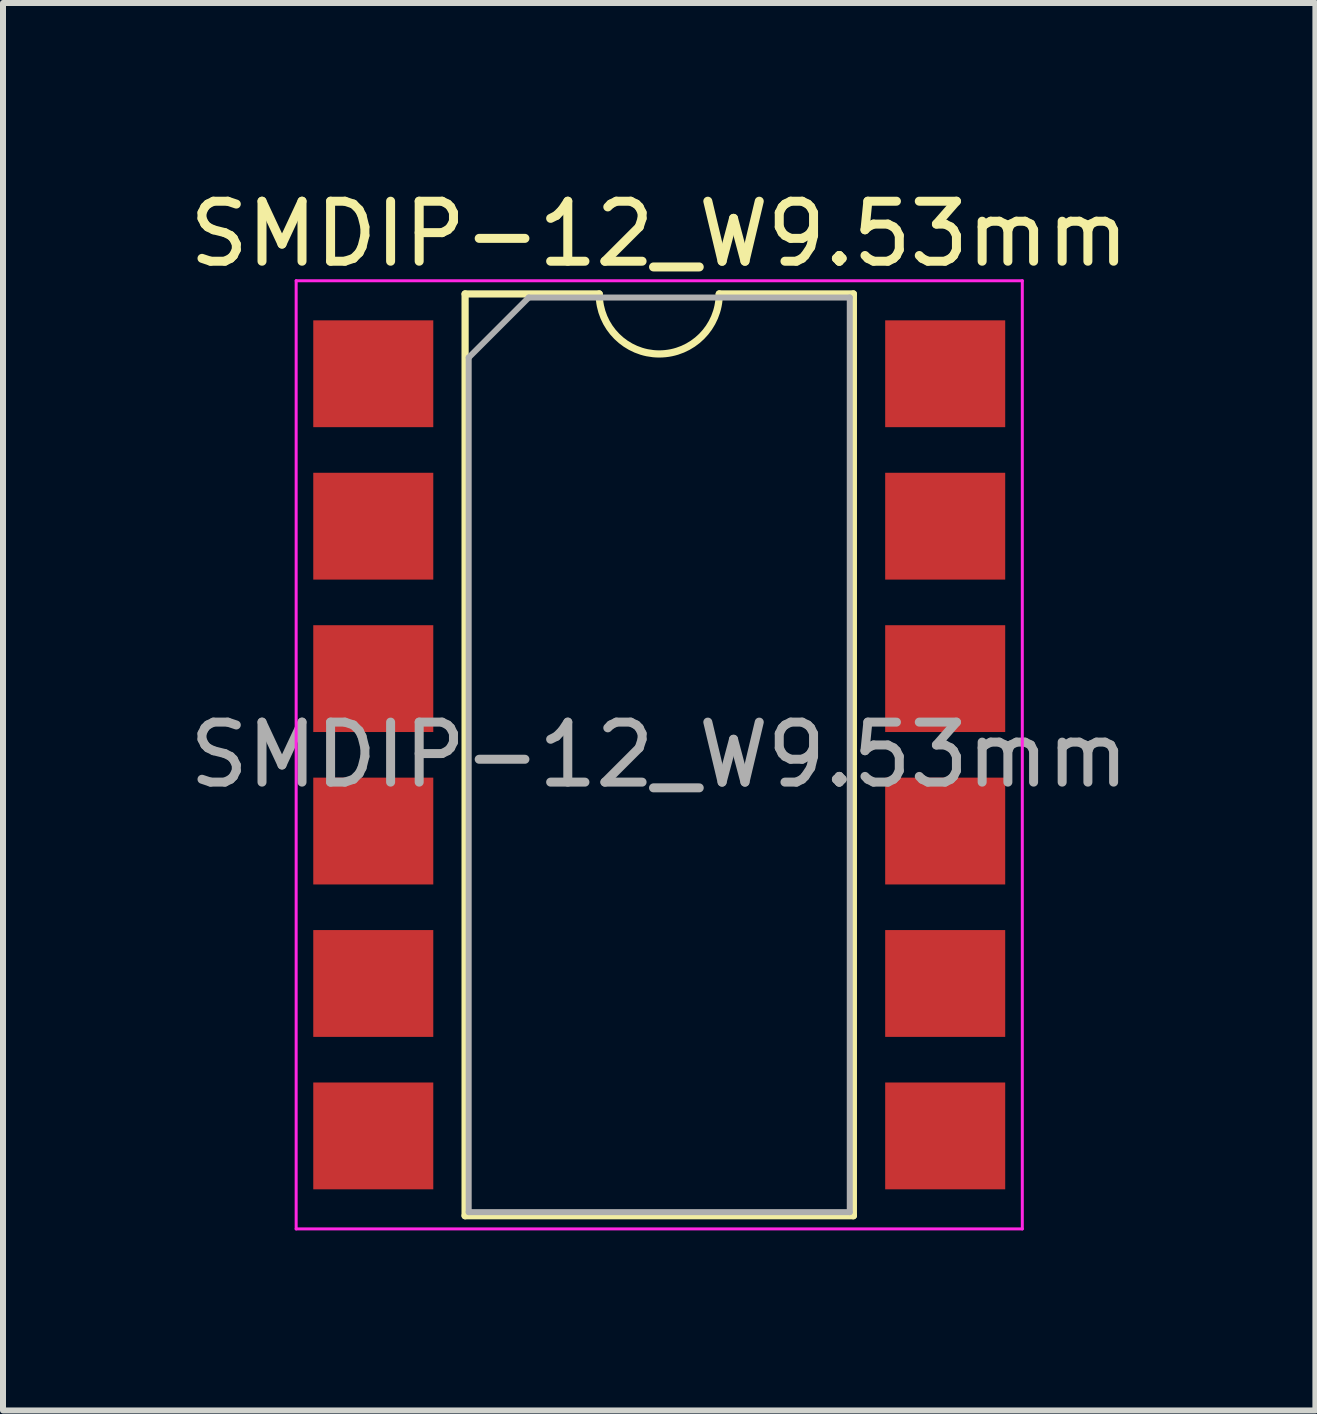
<source format=kicad_pcb>
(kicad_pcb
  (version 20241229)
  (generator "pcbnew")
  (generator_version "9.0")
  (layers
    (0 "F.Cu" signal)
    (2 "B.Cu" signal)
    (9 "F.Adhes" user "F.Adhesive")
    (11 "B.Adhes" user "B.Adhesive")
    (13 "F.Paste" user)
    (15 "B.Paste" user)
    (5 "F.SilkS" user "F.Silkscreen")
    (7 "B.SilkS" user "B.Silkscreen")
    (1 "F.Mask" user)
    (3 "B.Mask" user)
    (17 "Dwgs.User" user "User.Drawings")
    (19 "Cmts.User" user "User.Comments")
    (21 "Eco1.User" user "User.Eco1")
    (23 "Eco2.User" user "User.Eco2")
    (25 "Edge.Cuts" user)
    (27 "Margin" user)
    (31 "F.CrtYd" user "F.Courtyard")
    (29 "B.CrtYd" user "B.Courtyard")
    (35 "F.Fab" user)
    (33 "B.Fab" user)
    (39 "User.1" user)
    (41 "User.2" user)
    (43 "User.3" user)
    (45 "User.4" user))
  (footprint "SMDIP-12_W9.53mm"
    (layer "F.Cu")
    (at 7.935 9.528)
    (property "Reference" "SMDIP-12_W9.53mm" (at 0 -8.68 0) (layer "F.SilkS") (effects (font (size 1 1) (thickness 0.15))))
    (attr smd)
    (fp_line (start -3.235 -7.68) (end -3.235 7.68) (stroke (width 0.12) (type solid)) (layer "F.SilkS"))
    (fp_line (start -3.235 7.68) (end 3.235 7.68) (stroke (width 0.12) (type solid)) (layer "F.SilkS"))
    (fp_line (start -1 -7.68) (end -3.235 -7.68) (stroke (width 0.12) (type solid)) (layer "F.SilkS"))
    (fp_line (start 3.235 -7.68) (end 1 -7.68) (stroke (width 0.12) (type solid)) (layer "F.SilkS"))
    (fp_line (start 3.235 7.68) (end 3.235 -7.68) (stroke (width 0.12) (type solid)) (layer "F.SilkS"))
    (fp_arc (start 1 -7.68) (mid 0 -6.68) (end -1 -7.68) (stroke (width 0.12) (type solid)) (layer "F.SilkS"))
    (fp_line (start -6.05 -7.9) (end -6.05 7.9) (stroke (width 0.05) (type solid)) (layer "F.CrtYd"))
    (fp_line (start -6.05 7.9) (end 6.05 7.9) (stroke (width 0.05) (type solid)) (layer "F.CrtYd"))
    (fp_line (start 6.05 -7.9) (end -6.05 -7.9) (stroke (width 0.05) (type solid)) (layer "F.CrtYd"))
    (fp_line (start 6.05 7.9) (end 6.05 -7.9) (stroke (width 0.05) (type solid)) (layer "F.CrtYd"))
    (fp_line (start -3.175 -6.62) (end -2.175 -7.62) (stroke (width 0.1) (type solid)) (layer "F.Fab"))
    (fp_line (start -3.175 7.62) (end -3.175 -6.62) (stroke (width 0.1) (type solid)) (layer "F.Fab"))
    (fp_line (start -2.175 -7.62) (end 3.175 -7.62) (stroke (width 0.1) (type solid)) (layer "F.Fab"))
    (fp_line (start 3.175 -7.62) (end 3.175 7.62) (stroke (width 0.1) (type solid)) (layer "F.Fab"))
    (fp_line (start 3.175 7.62) (end -3.175 7.62) (stroke (width 0.1) (type solid)) (layer "F.Fab"))
    (fp_text user "${REFERENCE}" (at 0 0 0) (layer "F.Fab") (effects (font (size 1 1) (thickness 0.15))))
    (pad "1" smd rect (at -4.765 -6.35) (size 2 1.78) (layers "F.Cu" "F.Mask" "F.Paste"))
    (pad "2" smd rect (at -4.765 -3.81) (size 2 1.78) (layers "F.Cu" "F.Mask" "F.Paste"))
    (pad "3" smd rect (at -4.765 -1.27) (size 2 1.78) (layers "F.Cu" "F.Mask" "F.Paste"))
    (pad "4" smd rect (at -4.765 1.27) (size 2 1.78) (layers "F.Cu" "F.Mask" "F.Paste"))
    (pad "5" smd rect (at -4.765 3.81) (size 2 1.78) (layers "F.Cu" "F.Mask" "F.Paste"))
    (pad "6" smd rect (at -4.765 6.35) (size 2 1.78) (layers "F.Cu" "F.Mask" "F.Paste"))
    (pad "7" smd rect (at 4.765 6.35) (size 2 1.78) (layers "F.Cu" "F.Mask" "F.Paste"))
    (pad "8" smd rect (at 4.765 3.81) (size 2 1.78) (layers "F.Cu" "F.Mask" "F.Paste"))
    (pad "9" smd rect (at 4.765 1.27) (size 2 1.78) (layers "F.Cu" "F.Mask" "F.Paste"))
    (pad "10" smd rect (at 4.765 -1.27) (size 2 1.78) (layers "F.Cu" "F.Mask" "F.Paste"))
    (pad "11" smd rect (at 4.765 -3.81) (size 2 1.78) (layers "F.Cu" "F.Mask" "F.Paste"))
    (pad "12" smd rect (at 4.765 -6.35) (size 2 1.78) (layers "F.Cu" "F.Mask" "F.Paste")))
  (gr_rect
    (start -3 -3)
    (end 18.869 20.453)
    (stroke (width 0.1) (type default))
    (fill no)
    (layer "Edge.Cuts")))
</source>
